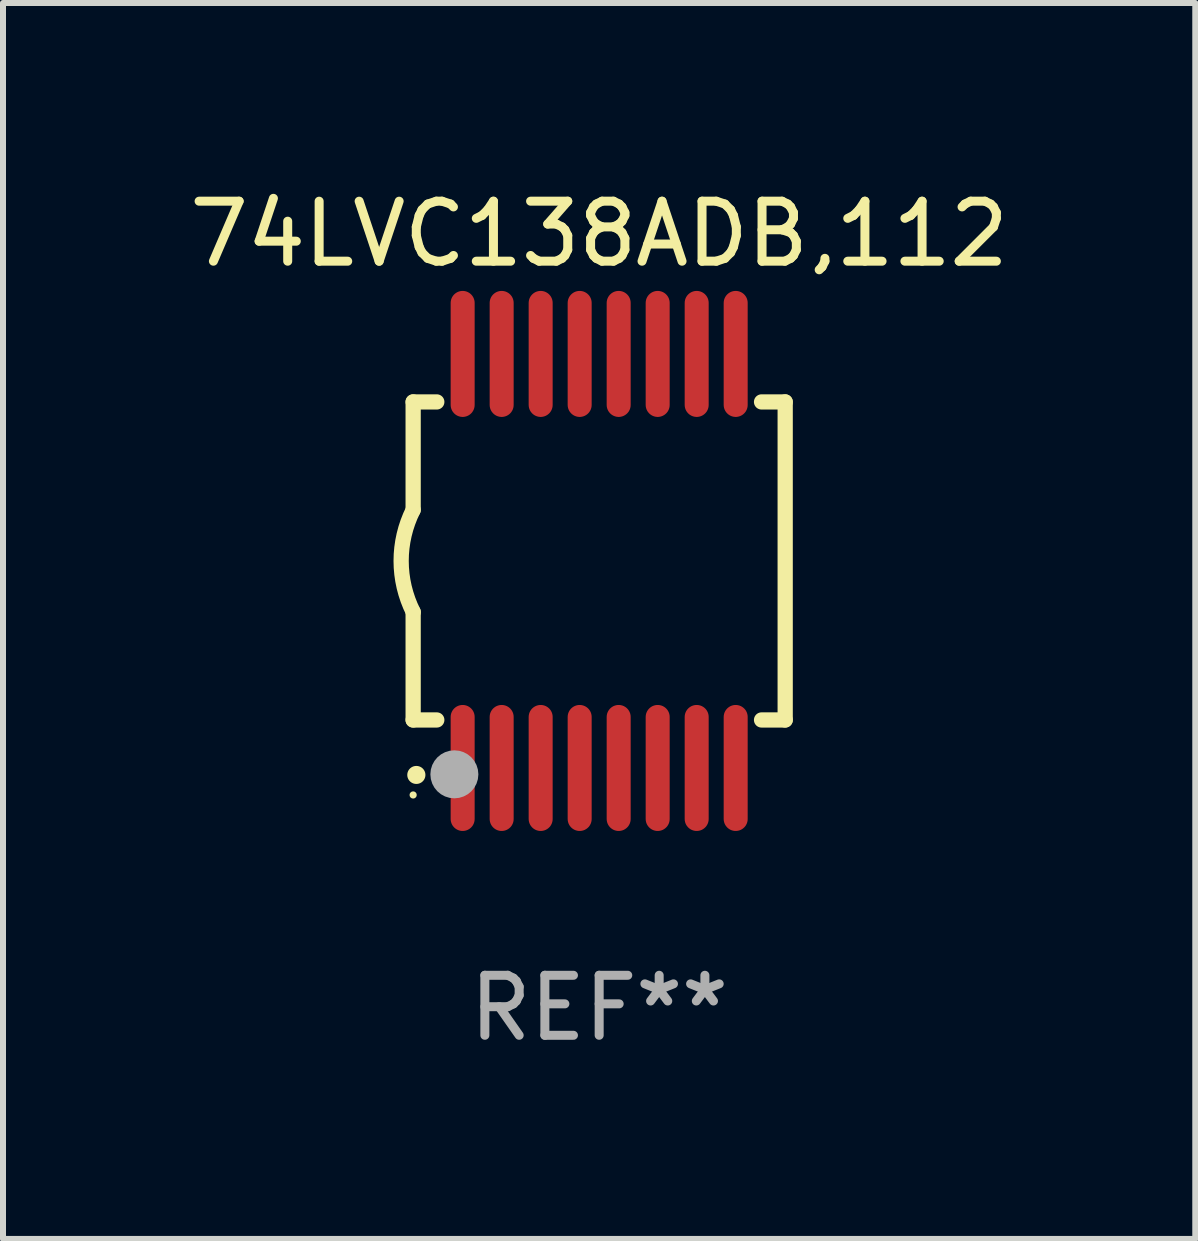
<source format=kicad_pcb>
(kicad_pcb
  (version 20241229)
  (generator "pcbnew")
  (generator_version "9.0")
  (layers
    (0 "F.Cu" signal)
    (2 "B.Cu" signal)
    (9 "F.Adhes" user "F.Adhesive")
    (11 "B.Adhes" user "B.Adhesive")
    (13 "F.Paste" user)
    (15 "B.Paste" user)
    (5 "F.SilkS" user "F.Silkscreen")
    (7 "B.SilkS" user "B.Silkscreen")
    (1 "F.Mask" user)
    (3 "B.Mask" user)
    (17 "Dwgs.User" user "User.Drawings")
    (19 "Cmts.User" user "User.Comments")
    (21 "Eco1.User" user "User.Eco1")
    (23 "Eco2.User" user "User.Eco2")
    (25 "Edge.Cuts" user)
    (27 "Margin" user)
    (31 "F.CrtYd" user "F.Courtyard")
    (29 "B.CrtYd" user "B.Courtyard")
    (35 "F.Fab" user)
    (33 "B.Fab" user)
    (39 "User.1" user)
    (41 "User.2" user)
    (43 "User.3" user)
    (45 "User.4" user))
  (footprint "74LVC138ADB,112"
    (layer "F.Cu")
    (at 6.935 6.298)
    (property "Reference" "74LVC138ADB,112" (at 0 -5.45 0) (layer "F.SilkS") (effects (font (size 1 1) (thickness 0.15))))
    (attr through_hole)
    (fp_line (start -3.1 -2.65) (end -3.1 -0.85) (stroke (width 0.254) (type solid)) (layer "F.SilkS"))
    (fp_line (start -3.1 -2.65) (end -2.706 -2.65) (stroke (width 0.254) (type solid)) (layer "F.SilkS"))
    (fp_line (start -3.1 2.65) (end -3.1 0.85) (stroke (width 0.254) (type solid)) (layer "F.SilkS"))
    (fp_line (start -3.1 2.65) (end -2.706 2.65) (stroke (width 0.254) (type solid)) (layer "F.SilkS"))
    (fp_line (start 2.706 -2.65) (end 3.1 -2.65) (stroke (width 0.254) (type solid)) (layer "F.SilkS"))
    (fp_line (start 2.706 2.65) (end 3.1 2.65) (stroke (width 0.254) (type solid)) (layer "F.SilkS"))
    (fp_line (start 3.1 -2.65) (end 3.1 2.65) (stroke (width 0.254) (type solid)) (layer "F.SilkS"))
    (fp_arc (start -3.098907 0.850902) (mid -3.300057 0.000523) (end -3.1 -0.850114) (stroke (width 0.254001) (type solid)) (layer "F.SilkS"))
    (fp_arc (start -3.048006 3.566066) (mid -3.046736 3.566061) (end -3.045466 3.566066) (stroke (width 0.3) (type solid)) (layer "F.SilkS"))
    (fp_circle (center -3.1 3.9) (end -3.07 3.9) (stroke (width 0.06) (type solid)) (fill no) (layer "F.SilkS"))
    (fp_circle (center -2.413 3.556) (end -2.213 3.556) (stroke (width 0.4) (type solid)) (fill no) (layer "F.Fab"))
    (fp_text user "REF**" (at 0 7.45 0) (layer "F.Fab") (effects (font (size 1 1) (thickness 0.15))))
    (pad "1" smd oval (at -2.275 3.45 180) (size 0.4 2.1) (layers "F.Cu" "F.Mask" "F.Paste"))
    (pad "2" smd oval (at -1.625 3.45 180) (size 0.4 2.1) (layers "F.Cu" "F.Mask" "F.Paste"))
    (pad "3" smd oval (at -0.975 3.45 180) (size 0.4 2.1) (layers "F.Cu" "F.Mask" "F.Paste"))
    (pad "4" smd oval (at -0.325 3.45 180) (size 0.4 2.1) (layers "F.Cu" "F.Mask" "F.Paste"))
    (pad "5" smd oval (at 0.325 3.45 180) (size 0.4 2.1) (layers "F.Cu" "F.Mask" "F.Paste"))
    (pad "6" smd oval (at 0.975 3.45 180) (size 0.4 2.1) (layers "F.Cu" "F.Mask" "F.Paste"))
    (pad "7" smd oval (at 1.625 3.45 180) (size 0.4 2.1) (layers "F.Cu" "F.Mask" "F.Paste"))
    (pad "8" smd oval (at 2.275 3.45 180) (size 0.4 2.1) (layers "F.Cu" "F.Mask" "F.Paste"))
    (pad "9" smd oval (at 2.275 -3.45 180) (size 0.4 2.1) (layers "F.Cu" "F.Mask" "F.Paste"))
    (pad "10" smd oval (at 1.625 -3.45 180) (size 0.4 2.1) (layers "F.Cu" "F.Mask" "F.Paste"))
    (pad "11" smd oval (at 0.975 -3.45 180) (size 0.4 2.1) (layers "F.Cu" "F.Mask" "F.Paste"))
    (pad "12" smd oval (at 0.325 -3.45 180) (size 0.4 2.1) (layers "F.Cu" "F.Mask" "F.Paste"))
    (pad "13" smd oval (at -0.325 -3.45 180) (size 0.4 2.1) (layers "F.Cu" "F.Mask" "F.Paste"))
    (pad "14" smd oval (at -0.975 -3.45 180) (size 0.4 2.1) (layers "F.Cu" "F.Mask" "F.Paste"))
    (pad "15" smd oval (at -1.625 -3.45 180) (size 0.4 2.1) (layers "F.Cu" "F.Mask" "F.Paste"))
    (pad "16" smd oval (at -2.275 -3.45 180) (size 0.4 2.1) (layers "F.Cu" "F.Mask" "F.Paste")))
  (gr_rect
    (start -3 -3)
    (end 16.869 17.597)
    (stroke (width 0.1) (type default))
    (fill no)
    (layer "Edge.Cuts")))
</source>
